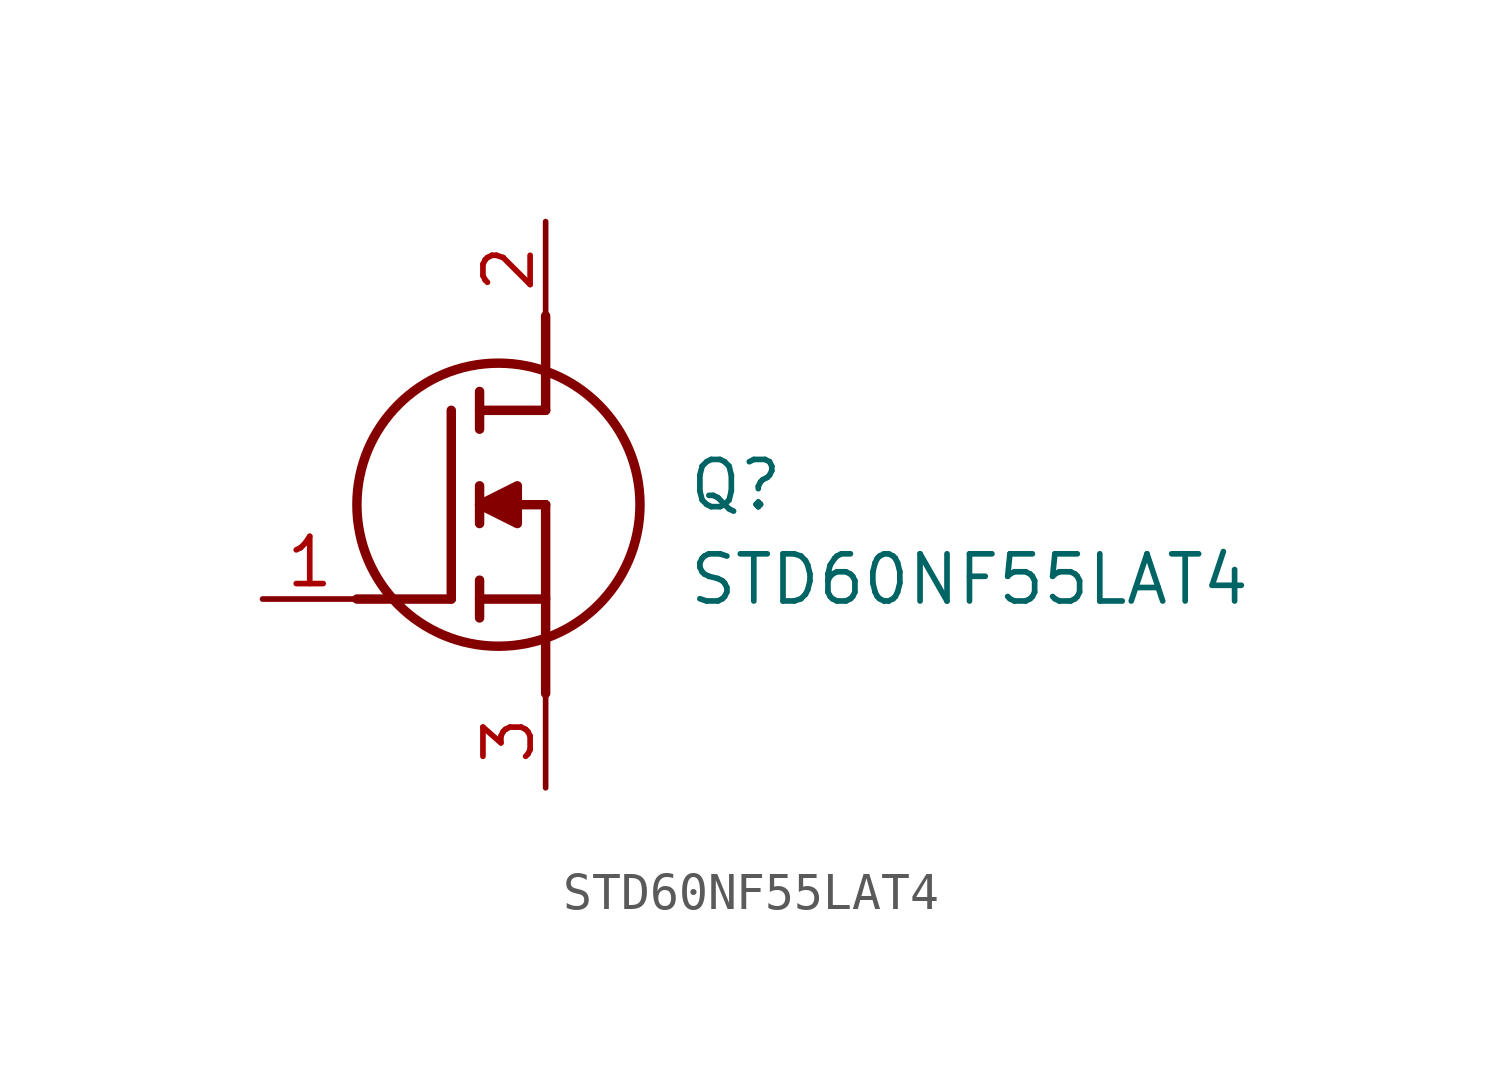
<source format=kicad_sym>
(kicad_symbol_lib
  (version 20211014)
  (generator SamacSys_ECAD_Model)
  (symbol "STD60NF55LAT4"
    (pin_names hide)
    (property "Reference" "Q"
      (at 11.43 3.81 0)
      (effects (font (size 1.27 1.27)) (justify left top)))
    (property "Value" "STD60NF55LAT4"
      (at 11.43 1.27 0)
      (effects (font (size 1.27 1.27)) (justify left top)))
    (polyline
      (pts (xy 7.62 2.54) (xy 7.62 -2.54))
      (stroke (width 0.254) (type default))
      (fill (type none)))
    (polyline
      (pts (xy 7.62 5.08) (xy 7.62 7.62))
      (stroke (width 0.254) (type default))
      (fill (type none)))
    (polyline
      (pts (xy 2.54 0) (xy 5.08 0))
      (stroke (width 0.254) (type default))
      (fill (type none)))
    (polyline
      (pts (xy 5.08 5.08) (xy 5.08 0))
      (stroke (width 0.254) (type default))
      (fill (type none)))
    (polyline
      (pts (xy 7.62 2.54) (xy 5.842 2.54))
      (stroke (width 0.254) (type default))
      (fill (type none)))
    (polyline
      (pts (xy 7.62 5.08) (xy 5.842 5.08))
      (stroke (width 0.254) (type default))
      (fill (type none)))
    (polyline
      (pts (xy 5.842 0) (xy 7.62 0))
      (stroke (width 0.254) (type default))
      (fill (type none)))
    (polyline
      (pts (xy 5.842 5.588) (xy 5.842 4.572))
      (stroke (width 0.254) (type default))
      (fill (type none)))
    (polyline
      (pts (xy 5.842 -0.508) (xy 5.842 0.508))
      (stroke (width 0.254) (type default))
      (fill (type none)))
    (polyline
      (pts (xy 5.842 2.032) (xy 5.842 3.048))
      (stroke (width 0.254) (type default))
      (fill (type none)))
    (circle
      (center 6.35 2.54)
      (radius 3.81)
      (stroke (width 0.254) (type default))
      (fill (type none)))
    (polyline
      (pts (xy 5.842 2.54) (xy 6.858 3.048) (xy 6.858 2.032) (xy 5.842 2.54))
      (stroke (width 0.254) (type default))
      (fill (type outline)))
    (pin passive line
      (at 0 0 0)
      (length 2.54)
      (name "G" (effects (font (size 1.27 1.27))))
      (number "1" (effects (font (size 1.27 1.27)))))
    (pin passive line
      (at 7.62 10.16 270)
      (length 2.54)
      (name "D" (effects (font (size 1.27 1.27))))
      (number "2" (effects (font (size 1.27 1.27)))))
    (pin passive line
      (at 7.62 -5.08 90)
      (length 2.54)
      (name "S" (effects (font (size 1.27 1.27))))
      (number "3" (effects (font (size 1.27 1.27)))))))
</source>
